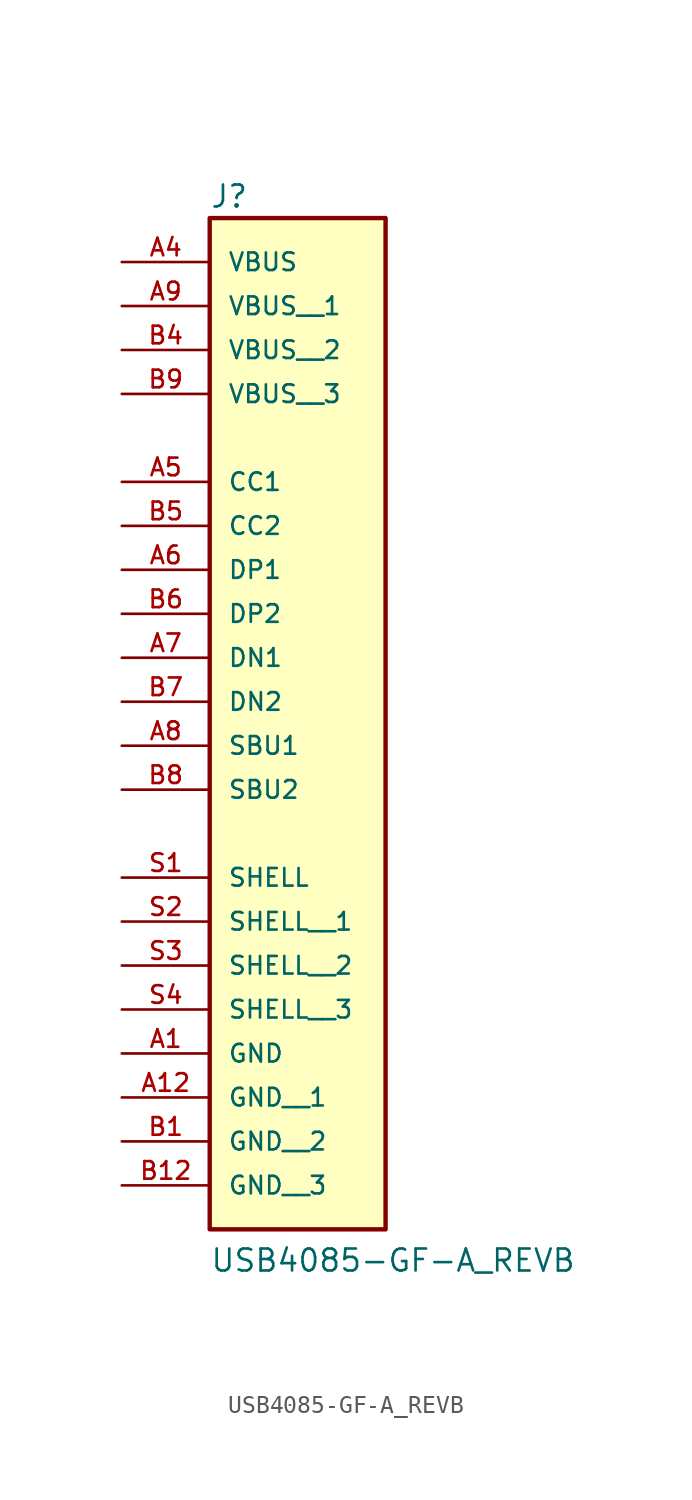
<source format=kicad_sym>
(kicad_symbol_lib
  (version 20241209)
  (generator "kicad_symbol_editor")
  (generator_version "9.0")
  (symbol "USB4085-GF-A_REVB"
    (pin_names
      (offset 1.016))
    (property "Reference" "J"
      (at -5.08 18.288 0)
      (effects (font (size 1.27 1.27)) (justify left bottom)))
    (property "Value" "USB4085-GF-A_REVB"
      (at -5.08 -43.18 0)
      (effects (font (size 1.27 1.27)) (justify left bottom)))
    (symbol "USB4085-GF-A_REVB_0_0"
      (rectangle (start -5.08 -40.64) (end 5.08 17.78) (stroke (width 0.254) (type default)) (fill (type background)))
      (pin power_in line (at -10.16 12.7 0) (length 5.08) (name "VBUS__1" (effects (font (size 1.016 1.016)))) (number "A9" (effects (font (size 1.016 1.016)))))
      (pin power_in line (at -10.16 10.16 0) (length 5.08) (name "VBUS__2" (effects (font (size 1.016 1.016)))) (number "B4" (effects (font (size 1.016 1.016)))))
      (pin power_in line (at -10.16 7.62 0) (length 5.08) (name "VBUS__3" (effects (font (size 1.016 1.016)))) (number "B9" (effects (font (size 1.016 1.016)))))
      (pin bidirectional line (at -10.16 2.54 0) (length 5.08) (name "CC1" (effects (font (size 1.016 1.016)))) (number "A5" (effects (font (size 1.016 1.016)))))
      (pin bidirectional line (at -10.16 0 0) (length 5.08) (name "CC2" (effects (font (size 1.016 1.016)))) (number "B5" (effects (font (size 1.016 1.016)))))
      (pin bidirectional line (at -10.16 -2.54 0) (length 5.08) (name "DP1" (effects (font (size 1.016 1.016)))) (number "A6" (effects (font (size 1.016 1.016)))))
      (pin bidirectional line (at -10.16 -5.08 0) (length 5.08) (name "DP2" (effects (font (size 1.016 1.016)))) (number "B6" (effects (font (size 1.016 1.016)))))
      (pin bidirectional line (at -10.16 -7.62 0) (length 5.08) (name "DN1" (effects (font (size 1.016 1.016)))) (number "A7" (effects (font (size 1.016 1.016)))))
      (pin bidirectional line (at -10.16 -10.16 0) (length 5.08) (name "DN2" (effects (font (size 1.016 1.016)))) (number "B7" (effects (font (size 1.016 1.016)))))
      (pin bidirectional line (at -10.16 -12.7 0) (length 5.08) (name "SBU1" (effects (font (size 1.016 1.016)))) (number "A8" (effects (font (size 1.016 1.016)))))
      (pin bidirectional line (at -10.16 -15.24 0) (length 5.08) (name "SBU2" (effects (font (size 1.016 1.016)))) (number "B8" (effects (font (size 1.016 1.016)))))
      (pin passive line (at -10.16 -20.32 0) (length 5.08) (name "SHELL" (effects (font (size 1.016 1.016)))) (number "S1" (effects (font (size 1.016 1.016)))))
      (pin passive line (at -10.16 -22.86 0) (length 5.08) (name "SHELL__1" (effects (font (size 1.016 1.016)))) (number "S2" (effects (font (size 1.016 1.016)))))
      (pin passive line (at -10.16 -25.4 0) (length 5.08) (name "SHELL__2" (effects (font (size 1.016 1.016)))) (number "S3" (effects (font (size 1.016 1.016)))))
      (pin passive line (at -10.16 -27.94 0) (length 5.08) (name "SHELL__3" (effects (font (size 1.016 1.016)))) (number "S4" (effects (font (size 1.016 1.016)))))
      (pin power_in line (at -10.16 -30.48 0) (length 5.08) (name "GND" (effects (font (size 1.016 1.016)))) (number "A1" (effects (font (size 1.016 1.016)))))
      (pin power_in line (at -10.16 -33.02 0) (length 5.08) (name "GND__1" (effects (font (size 1.016 1.016)))) (number "A12" (effects (font (size 1.016 1.016)))))
      (pin power_in line (at -10.16 -35.56 0) (length 5.08) (name "GND__2" (effects (font (size 1.016 1.016)))) (number "B1" (effects (font (size 1.016 1.016)))))
      (pin power_in line (at -10.16 -38.1 0) (length 5.08) (name "GND__3" (effects (font (size 1.016 1.016)))) (number "B12" (effects (font (size 1.016 1.016))))))
    (symbol "USB4085-GF-A_REVB_1_0"
      (pin bidirectional line (at -10.16 15.24 0) (length 5.08) (name "VBUS" (effects (font (size 1.016 1.016)))) (number "A4" (effects (font (size 1.016 1.016))))))))
</source>
